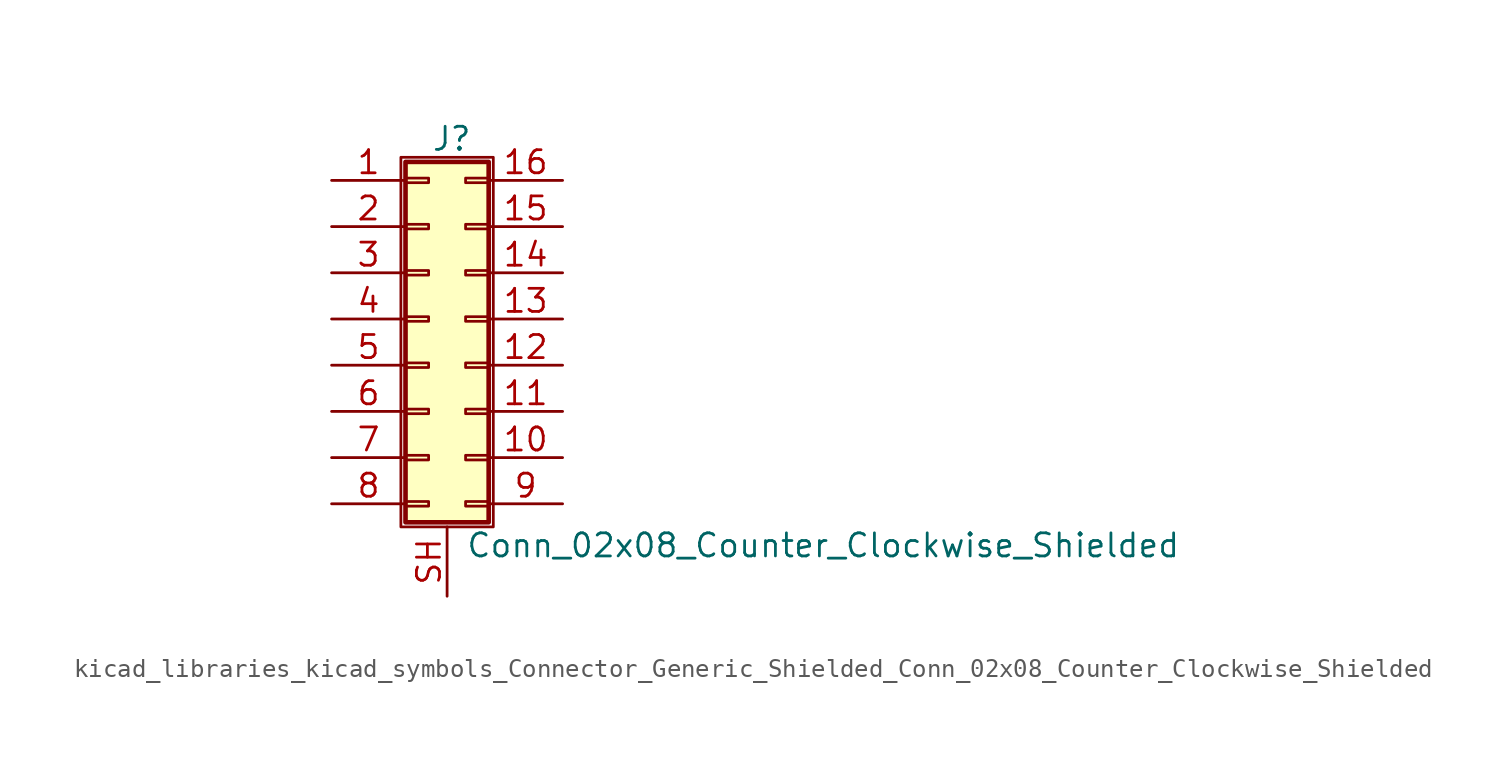
<source format=kicad_sym>
(kicad_symbol_lib
  (version 20220914)
  (generator kicad_symbol_editor)
  (symbol "kicad_libraries_kicad_symbols_Connector_Generic_Shielded_Conn_02x08_Counter_Clockwise_Shielded"
    (pin_names
      (offset 1.016) hide)
    (property "Reference" "J"
      (at 1.524 9.906 0)
      (effects (font (size 1.27 1.27))))
    (property "Value" "Conn_02x08_Counter_Clockwise_Shielded"
      (at 2.286 -12.446 0)
      (effects (font (size 1.27 1.27)) (justify left)))
    (symbol "kicad_libraries_kicad_symbols_Connector_Generic_Shielded_Conn_02x08_Counter_Clockwise_Shielded_1_1"
      (rectangle (start -1.27 8.89) (end 3.81 -11.43) (stroke (width 0.152) (type default)) (fill (type none)))
      (rectangle (start -1.016 -10.033) (end 0.254 -10.287) (stroke (width 0.152) (type default)) (fill (type none)))
      (rectangle (start -1.016 -7.493) (end 0.254 -7.747) (stroke (width 0.152) (type default)) (fill (type none)))
      (rectangle (start -1.016 -4.953) (end 0.254 -5.207) (stroke (width 0.152) (type default)) (fill (type none)))
      (rectangle (start -1.016 -2.413) (end 0.254 -2.667) (stroke (width 0.152) (type default)) (fill (type none)))
      (rectangle (start -1.016 0.127) (end 0.254 -0.127) (stroke (width 0.152) (type default)) (fill (type none)))
      (rectangle (start -1.016 2.667) (end 0.254 2.413) (stroke (width 0.152) (type default)) (fill (type none)))
      (rectangle (start -1.016 5.207) (end 0.254 4.953) (stroke (width 0.152) (type default)) (fill (type none)))
      (rectangle (start -1.016 7.747) (end 0.254 7.493) (stroke (width 0.152) (type default)) (fill (type none)))
      (rectangle (start -1.016 8.636) (end 3.556 -11.176) (stroke (width 0.254) (type default)) (fill (type background)))
      (rectangle (start 3.556 -10.033) (end 2.286 -10.287) (stroke (width 0.152) (type default)) (fill (type none)))
      (rectangle (start 3.556 -7.493) (end 2.286 -7.747) (stroke (width 0.152) (type default)) (fill (type none)))
      (rectangle (start 3.556 -4.953) (end 2.286 -5.207) (stroke (width 0.152) (type default)) (fill (type none)))
      (rectangle (start 3.556 -2.413) (end 2.286 -2.667) (stroke (width 0.152) (type default)) (fill (type none)))
      (rectangle (start 3.556 0.127) (end 2.286 -0.127) (stroke (width 0.152) (type default)) (fill (type none)))
      (rectangle (start 3.556 2.667) (end 2.286 2.413) (stroke (width 0.152) (type default)) (fill (type none)))
      (rectangle (start 3.556 5.207) (end 2.286 4.953) (stroke (width 0.152) (type default)) (fill (type none)))
      (rectangle (start 3.556 7.747) (end 2.286 7.493) (stroke (width 0.152) (type default)) (fill (type none)))
      (pin passive line (at -5.08 7.62 0) (length 4.064) (name "Pin_1" (effects (font (size 1.27 1.27)))) (number "1" (effects (font (size 1.27 1.27)))))
      (pin passive line (at 7.62 -7.62 180) (length 4.064) (name "Pin_10" (effects (font (size 1.27 1.27)))) (number "10" (effects (font (size 1.27 1.27)))))
      (pin passive line (at 7.62 -5.08 180) (length 4.064) (name "Pin_11" (effects (font (size 1.27 1.27)))) (number "11" (effects (font (size 1.27 1.27)))))
      (pin passive line (at 7.62 -2.54 180) (length 4.064) (name "Pin_12" (effects (font (size 1.27 1.27)))) (number "12" (effects (font (size 1.27 1.27)))))
      (pin passive line (at 7.62 0 180) (length 4.064) (name "Pin_13" (effects (font (size 1.27 1.27)))) (number "13" (effects (font (size 1.27 1.27)))))
      (pin passive line (at 7.62 2.54 180) (length 4.064) (name "Pin_14" (effects (font (size 1.27 1.27)))) (number "14" (effects (font (size 1.27 1.27)))))
      (pin passive line (at 7.62 5.08 180) (length 4.064) (name "Pin_15" (effects (font (size 1.27 1.27)))) (number "15" (effects (font (size 1.27 1.27)))))
      (pin passive line (at 7.62 7.62 180) (length 4.064) (name "Pin_16" (effects (font (size 1.27 1.27)))) (number "16" (effects (font (size 1.27 1.27)))))
      (pin passive line (at -5.08 5.08 0) (length 4.064) (name "Pin_2" (effects (font (size 1.27 1.27)))) (number "2" (effects (font (size 1.27 1.27)))))
      (pin passive line (at -5.08 2.54 0) (length 4.064) (name "Pin_3" (effects (font (size 1.27 1.27)))) (number "3" (effects (font (size 1.27 1.27)))))
      (pin passive line (at -5.08 0 0) (length 4.064) (name "Pin_4" (effects (font (size 1.27 1.27)))) (number "4" (effects (font (size 1.27 1.27)))))
      (pin passive line (at -5.08 -2.54 0) (length 4.064) (name "Pin_5" (effects (font (size 1.27 1.27)))) (number "5" (effects (font (size 1.27 1.27)))))
      (pin passive line (at -5.08 -5.08 0) (length 4.064) (name "Pin_6" (effects (font (size 1.27 1.27)))) (number "6" (effects (font (size 1.27 1.27)))))
      (pin passive line (at -5.08 -7.62 0) (length 4.064) (name "Pin_7" (effects (font (size 1.27 1.27)))) (number "7" (effects (font (size 1.27 1.27)))))
      (pin passive line (at -5.08 -10.16 0) (length 4.064) (name "Pin_8" (effects (font (size 1.27 1.27)))) (number "8" (effects (font (size 1.27 1.27)))))
      (pin passive line (at 7.62 -10.16 180) (length 4.064) (name "Pin_9" (effects (font (size 1.27 1.27)))) (number "9" (effects (font (size 1.27 1.27)))))
      (pin passive line (at 1.27 -15.24 90) (length 3.81) (name "Shield" (effects (font (size 1.27 1.27)))) (number "SH" (effects (font (size 1.27 1.27))))))))
</source>
